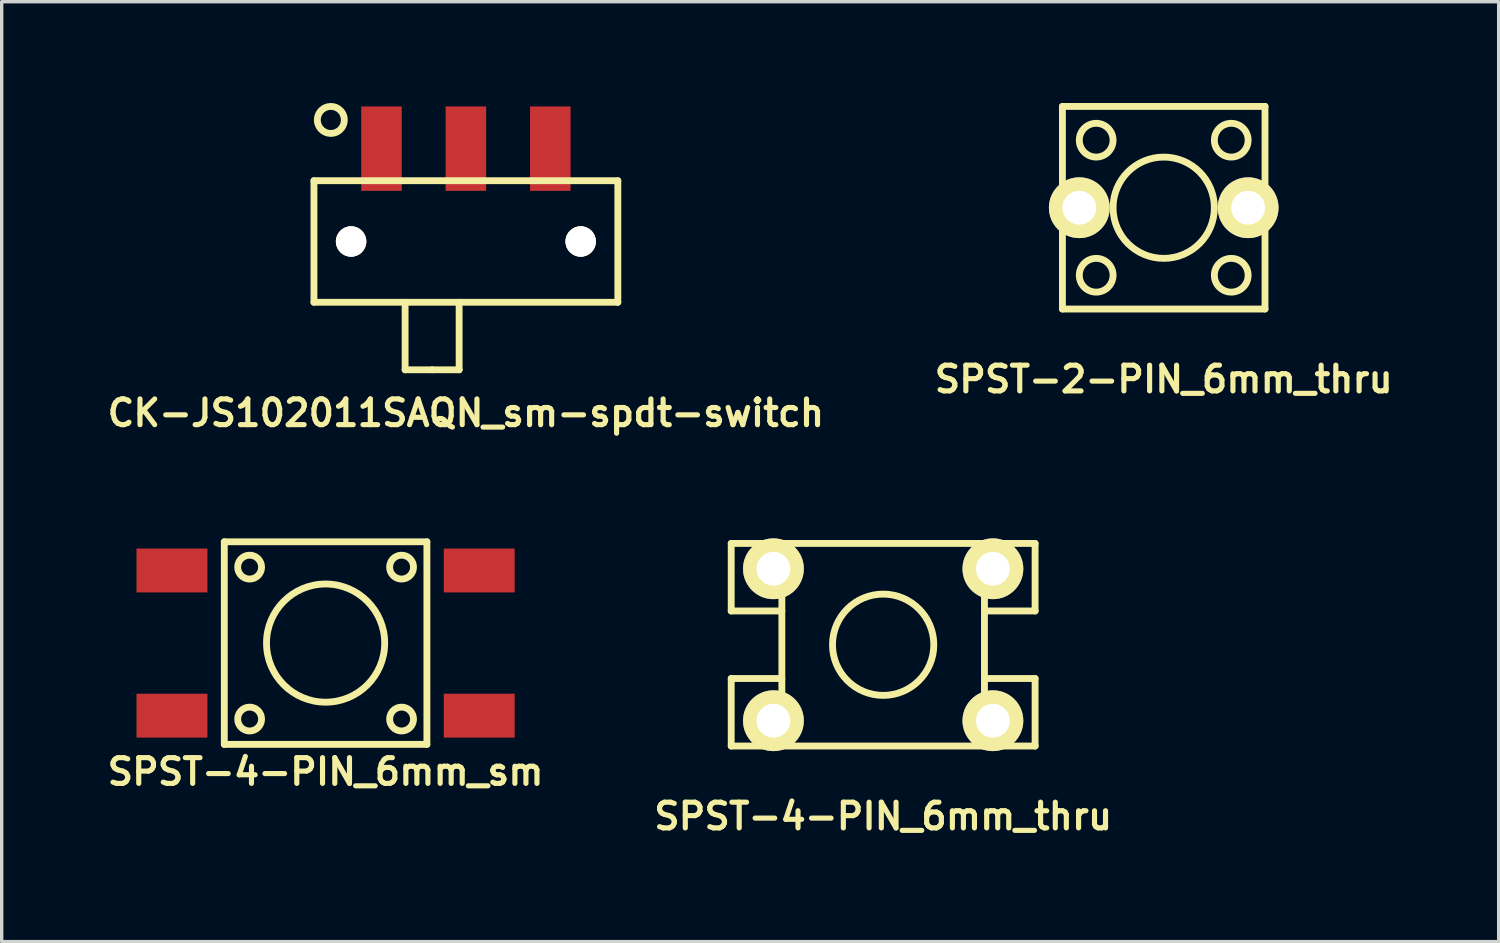
<source format=kicad_pcb>
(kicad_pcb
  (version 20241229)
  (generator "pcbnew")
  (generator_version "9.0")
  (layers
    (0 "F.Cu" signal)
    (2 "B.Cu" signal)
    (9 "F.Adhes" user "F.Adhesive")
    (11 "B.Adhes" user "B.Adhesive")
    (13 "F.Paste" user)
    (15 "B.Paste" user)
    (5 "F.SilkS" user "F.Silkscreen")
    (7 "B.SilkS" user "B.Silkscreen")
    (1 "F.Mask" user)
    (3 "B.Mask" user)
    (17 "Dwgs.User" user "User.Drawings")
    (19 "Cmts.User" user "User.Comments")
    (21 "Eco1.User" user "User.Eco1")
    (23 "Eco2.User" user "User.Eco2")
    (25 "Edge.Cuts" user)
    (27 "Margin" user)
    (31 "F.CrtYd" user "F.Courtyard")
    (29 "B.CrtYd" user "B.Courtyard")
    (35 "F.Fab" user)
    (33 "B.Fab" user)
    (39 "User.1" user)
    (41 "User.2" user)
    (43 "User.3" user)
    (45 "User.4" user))
  (footprint "SPST-4-PIN_6mm_thru"
    (layer "F.Cu")
    (at 23.106 16.045)
    (property "Reference" "SPST-4-PIN_6mm_thru" (at 0 5.08 0) (layer "F.SilkS") (effects (font (size 0.762 0.762) (thickness 0.152))))
    (attr through_hole)
    (fp_line (start -4.5 -3) (end -4.5 -1) (stroke (width 0.203) (type solid)) (layer "F.SilkS"))
    (fp_line (start -4.5 1) (end -3 1) (stroke (width 0.203) (type solid)) (layer "F.SilkS"))
    (fp_line (start -4.5 3) (end -4.5 1) (stroke (width 0.203) (type solid)) (layer "F.SilkS"))
    (fp_line (start -3 -3) (end -4.5 -3) (stroke (width 0.203) (type solid)) (layer "F.SilkS"))
    (fp_line (start -3 -3) (end -3 3) (stroke (width 0.203) (type solid)) (layer "F.SilkS"))
    (fp_line (start -3 -1) (end -4.5 -1) (stroke (width 0.203) (type solid)) (layer "F.SilkS"))
    (fp_line (start -3 3) (end -4.5 3) (stroke (width 0.203) (type solid)) (layer "F.SilkS"))
    (fp_line (start -3 3) (end 3 3) (stroke (width 0.203) (type solid)) (layer "F.SilkS"))
    (fp_line (start 3 -3) (end -3 -3) (stroke (width 0.203) (type solid)) (layer "F.SilkS"))
    (fp_line (start 3 -3) (end 4.5 -3) (stroke (width 0.203) (type solid)) (layer "F.SilkS"))
    (fp_line (start 3 3) (end 3 -3) (stroke (width 0.203) (type solid)) (layer "F.SilkS"))
    (fp_line (start 3 3) (end 4.5 3) (stroke (width 0.203) (type solid)) (layer "F.SilkS"))
    (fp_line (start 4.5 -3) (end 4.5 -1) (stroke (width 0.203) (type solid)) (layer "F.SilkS"))
    (fp_line (start 4.5 -1) (end 3 -1) (stroke (width 0.203) (type solid)) (layer "F.SilkS"))
    (fp_line (start 4.5 1) (end 3 1) (stroke (width 0.203) (type solid)) (layer "F.SilkS"))
    (fp_line (start 4.5 3) (end 4.5 1) (stroke (width 0.203) (type solid)) (layer "F.SilkS"))
    (fp_circle (center 0 0) (end 0 -1.5) (stroke (width 0.203) (type solid)) (fill no) (layer "F.SilkS"))
    (pad "1" thru_hole circle (at -3.25 2.25) (size 1.8 1.8) (drill 1) (layers "*.Cu" "*.Mask" "F.SilkS"))
    (pad "1" thru_hole circle (at 3.25 2.25) (size 1.8 1.8) (drill 1) (layers "*.Cu" "*.Mask" "F.SilkS"))
    (pad "2" thru_hole circle (at -3.25 -2.25) (size 1.8 1.8) (drill 1) (layers "*.Cu" "*.Mask" "F.SilkS"))
    (pad "2" thru_hole circle (at 3.25 -2.25) (size 1.8 1.8) (drill 1) (layers "*.Cu" "*.Mask" "F.SilkS")))
  (footprint "SPST-4-PIN_6mm_sm"
    (layer "F.Cu")
    (at 6.593 15.996)
    (property "Reference" "SPST-4-PIN_6mm_sm" (at 0 3.81 0) (layer "F.SilkS") (effects (font (size 0.762 0.762) (thickness 0.152))))
    (attr smd)
    (fp_line (start -3 -3) (end -3 3) (stroke (width 0.203) (type solid)) (layer "F.SilkS"))
    (fp_line (start -3 3) (end 3 3) (stroke (width 0.203) (type solid)) (layer "F.SilkS"))
    (fp_line (start 3 -3) (end -3 -3) (stroke (width 0.203) (type solid)) (layer "F.SilkS"))
    (fp_line (start 3 3) (end 3 -3) (stroke (width 0.203) (type solid)) (layer "F.SilkS"))
    (fp_circle (center -2.25 -2.25) (end -2 -2.5) (stroke (width 0.203) (type solid)) (fill no) (layer "F.SilkS"))
    (fp_circle (center -2.25 2.25) (end -2 2) (stroke (width 0.203) (type solid)) (fill no) (layer "F.SilkS"))
    (fp_circle (center 0 0) (end 0 1.75) (stroke (width 0.203) (type solid)) (fill no) (layer "F.SilkS"))
    (fp_circle (center 2.25 -2.25) (end 2 -2.5) (stroke (width 0.203) (type solid)) (fill no) (layer "F.SilkS"))
    (fp_circle (center 2.25 2.25) (end 2.5 2) (stroke (width 0.203) (type solid)) (fill no) (layer "F.SilkS"))
    (pad "1" smd rect (at -4.55 -2.15 270) (size 1.3 2.1) (layers "F.Cu" "F.Mask" "F.Paste"))
    (pad "1" smd rect (at 4.55 -2.15 270) (size 1.3 2.1) (layers "F.Cu" "F.Mask" "F.Paste"))
    (pad "2" smd rect (at -4.55 2.15 270) (size 1.3 2.1) (layers "F.Cu" "F.Mask" "F.Paste"))
    (pad "2" smd rect (at 4.55 2.15 270) (size 1.3 2.1) (layers "F.Cu" "F.Mask" "F.Paste")))
  (footprint "CK-JS102011SAQN_sm-spdt-switch"
    (layer "F.Cu")
    (at 10.748 4.102)
    (property "Reference" "CK-JS102011SAQN_sm-spdt-switch" (at 0 5.08 0) (layer "F.SilkS") (effects (font (size 0.762 0.762) (thickness 0.152))))
    (attr smd)
    (fp_line (start -4.5 -1.8) (end 4.5 -1.8) (stroke (width 0.203) (type solid)) (layer "F.SilkS"))
    (fp_line (start -4.5 1.8) (end -4.5 -1.8) (stroke (width 0.203) (type solid)) (layer "F.SilkS"))
    (fp_line (start -1.8 3.8) (end -1.8 1.8) (stroke (width 0.203) (type solid)) (layer "F.SilkS"))
    (fp_line (start -1 3.8) (end -1.8 3.8) (stroke (width 0.203) (type solid)) (layer "F.SilkS"))
    (fp_line (start -1 3.8) (end -0.2 3.8) (stroke (width 0.203) (type solid)) (layer "F.SilkS"))
    (fp_line (start -0.2 3.8) (end -0.2 1.8) (stroke (width 0.203) (type solid)) (layer "F.SilkS"))
    (fp_line (start 4.5 -1.8) (end 4.5 1.8) (stroke (width 0.203) (type solid)) (layer "F.SilkS"))
    (fp_line (start 4.5 1.8) (end -4.5 1.8) (stroke (width 0.203) (type solid)) (layer "F.SilkS"))
    (fp_circle (center -4 -3.6) (end -3.6 -3.6) (stroke (width 0.203) (type solid)) (fill no) (layer "F.SilkS"))
    (pad "" thru_hole circle (at -3.4 0) (size 0.9 0.9) (drill 0.9) (layers "*.Cu" "*.Mask" "F.SilkS"))
    (pad "" thru_hole circle (at 3.4 0) (size 0.9 0.9) (drill 0.9) (layers "*.Cu" "*.Mask" "F.SilkS"))
    (pad "1" smd rect (at -2.5 -2.75) (size 1.2 2.5) (layers "F.Cu" "F.Mask" "F.Paste"))
    (pad "2" smd rect (at 0 -2.75) (size 1.2 2.5) (layers "F.Cu" "F.Mask" "F.Paste"))
    (pad "3" smd rect (at 2.5 -2.75) (size 1.2 2.5) (layers "F.Cu" "F.Mask" "F.Paste")))
  (footprint "SPST-2-PIN_6mm_thru"
    (layer "F.Cu")
    (at 31.415 3.102)
    (property "Reference" "SPST-2-PIN_6mm_thru" (at 0 5.08 0) (layer "F.SilkS") (effects (font (size 0.762 0.762) (thickness 0.152))))
    (attr through_hole)
    (fp_line (start -3 -3) (end -3 3) (stroke (width 0.203) (type solid)) (layer "F.SilkS"))
    (fp_line (start -3 3) (end 3 3) (stroke (width 0.203) (type solid)) (layer "F.SilkS"))
    (fp_line (start 3 -3) (end -3 -3) (stroke (width 0.203) (type solid)) (layer "F.SilkS"))
    (fp_line (start 3 3) (end 3 -3) (stroke (width 0.203) (type solid)) (layer "F.SilkS"))
    (fp_circle (center -2 -2) (end -2.5 -2) (stroke (width 0.203) (type solid)) (fill no) (layer "F.SilkS"))
    (fp_circle (center -2 2) (end -2 2.5) (stroke (width 0.203) (type solid)) (fill no) (layer "F.SilkS"))
    (fp_circle (center 0 0) (end 0 -1.5) (stroke (width 0.203) (type solid)) (fill no) (layer "F.SilkS"))
    (fp_circle (center 2 -2) (end 1.5 -2) (stroke (width 0.203) (type solid)) (fill no) (layer "F.SilkS"))
    (fp_circle (center 2 2) (end 2 2.5) (stroke (width 0.203) (type solid)) (fill no) (layer "F.SilkS"))
    (pad "1" thru_hole circle (at -2.5 0) (size 1.8 1.8) (drill 1) (layers "*.Cu" "*.Mask" "F.SilkS"))
    (pad "2" thru_hole circle (at 2.5 0) (size 1.8 1.8) (drill 1) (layers "*.Cu" "*.Mask" "F.SilkS")))
  (gr_rect
    (start -3 -3)
    (end 41.335 24.838)
    (stroke (width 0.1) (type default))
    (fill no)
    (layer "Edge.Cuts")))
</source>
